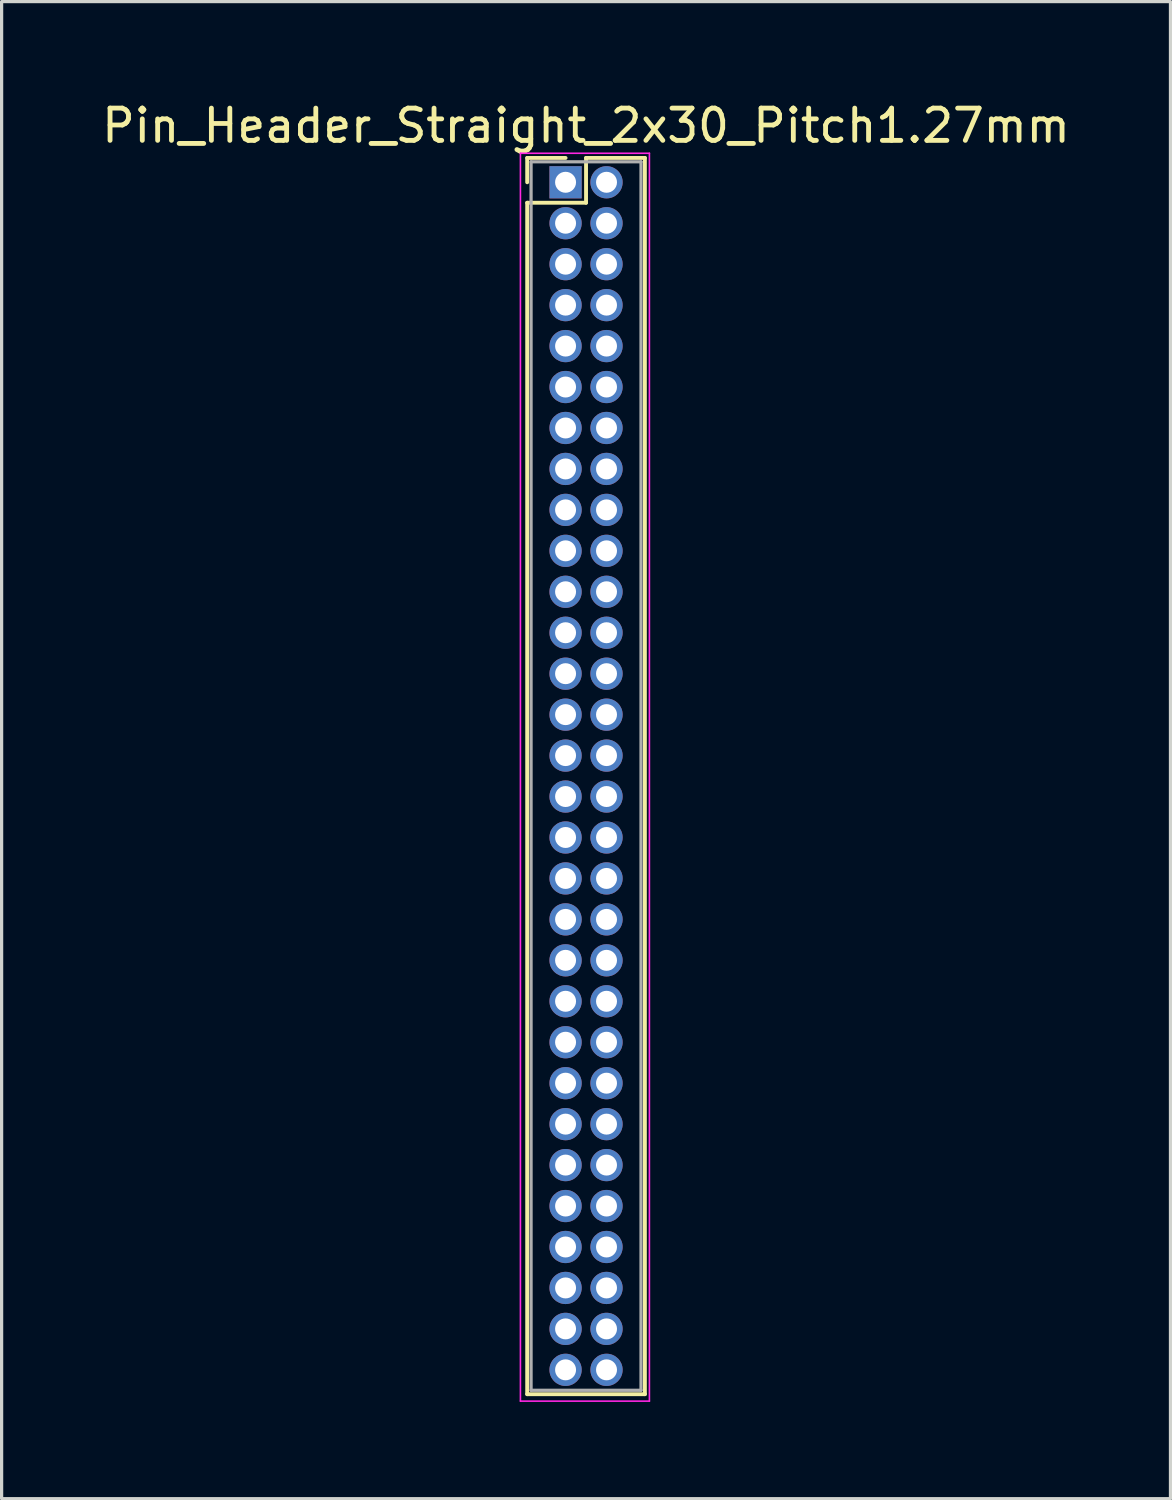
<source format=kicad_pcb>
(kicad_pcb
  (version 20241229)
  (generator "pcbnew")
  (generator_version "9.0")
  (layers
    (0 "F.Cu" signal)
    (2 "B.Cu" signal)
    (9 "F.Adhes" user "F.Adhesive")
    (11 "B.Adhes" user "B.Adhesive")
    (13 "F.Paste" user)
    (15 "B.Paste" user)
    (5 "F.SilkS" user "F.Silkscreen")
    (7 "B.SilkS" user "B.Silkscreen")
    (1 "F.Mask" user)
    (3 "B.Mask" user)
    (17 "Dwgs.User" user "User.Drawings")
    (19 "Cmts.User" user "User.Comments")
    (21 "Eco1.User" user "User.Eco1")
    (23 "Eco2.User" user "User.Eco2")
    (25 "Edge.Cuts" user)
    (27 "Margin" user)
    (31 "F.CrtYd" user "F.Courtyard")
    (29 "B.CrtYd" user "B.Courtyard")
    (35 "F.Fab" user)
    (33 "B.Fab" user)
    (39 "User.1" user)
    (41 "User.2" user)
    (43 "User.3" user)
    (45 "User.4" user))
  (footprint "Pin_Header_Straight_2x30_Pitch1.27mm"
    (layer "F.Cu")
    (at 14.49 2.603)
    (property "Reference" "Pin_Header_Straight_2x30_Pitch1.27mm" (at 0.635 -1.755 0) (layer "F.SilkS") (effects (font (size 1 1) (thickness 0.15))))
    (attr through_hole)
    (fp_line (start -1.19 -0.755) (end 0 -0.755) (stroke (width 0.12) (type solid)) (layer "F.SilkS"))
    (fp_line (start -1.19 0) (end -1.19 -0.755) (stroke (width 0.12) (type solid)) (layer "F.SilkS"))
    (fp_line (start -1.19 0.635) (end -1.19 37.585) (stroke (width 0.12) (type solid)) (layer "F.SilkS"))
    (fp_line (start -1.19 37.585) (end 2.46 37.585) (stroke (width 0.12) (type solid)) (layer "F.SilkS"))
    (fp_line (start 0.635 -0.755) (end 0.635 0.635) (stroke (width 0.12) (type solid)) (layer "F.SilkS"))
    (fp_line (start 0.635 0.635) (end -1.19 0.635) (stroke (width 0.12) (type solid)) (layer "F.SilkS"))
    (fp_line (start 2.46 -0.755) (end 0.635 -0.755) (stroke (width 0.12) (type solid)) (layer "F.SilkS"))
    (fp_line (start 2.46 37.585) (end 2.46 -0.755) (stroke (width 0.12) (type solid)) (layer "F.SilkS"))
    (fp_line (start -1.4 -0.9) (end -1.4 37.8) (stroke (width 0.05) (type solid)) (layer "F.CrtYd"))
    (fp_line (start -1.4 37.8) (end 2.6 37.8) (stroke (width 0.05) (type solid)) (layer "F.CrtYd"))
    (fp_line (start 2.6 -0.9) (end -1.4 -0.9) (stroke (width 0.05) (type solid)) (layer "F.CrtYd"))
    (fp_line (start 2.6 37.8) (end 2.6 -0.9) (stroke (width 0.05) (type solid)) (layer "F.CrtYd"))
    (fp_line (start -1.07 -0.635) (end -1.07 37.465) (stroke (width 0.1) (type solid)) (layer "F.Fab"))
    (fp_line (start -1.07 37.465) (end 2.34 37.465) (stroke (width 0.1) (type solid)) (layer "F.Fab"))
    (fp_line (start 2.34 -0.635) (end -1.07 -0.635) (stroke (width 0.1) (type solid)) (layer "F.Fab"))
    (fp_line (start 2.34 37.465) (end 2.34 -0.635) (stroke (width 0.1) (type solid)) (layer "F.Fab"))
    (pad "1" thru_hole rect (at 0 0) (size 1 1) (drill 0.65) (layers "*.Cu" "*.Mask"))
    (pad "2" thru_hole oval (at 1.27 0) (size 1 1) (drill 0.65) (layers "*.Cu" "*.Mask"))
    (pad "3" thru_hole oval (at 0 1.27) (size 1 1) (drill 0.65) (layers "*.Cu" "*.Mask"))
    (pad "4" thru_hole oval (at 1.27 1.27) (size 1 1) (drill 0.65) (layers "*.Cu" "*.Mask"))
    (pad "5" thru_hole oval (at 0 2.54) (size 1 1) (drill 0.65) (layers "*.Cu" "*.Mask"))
    (pad "6" thru_hole oval (at 1.27 2.54) (size 1 1) (drill 0.65) (layers "*.Cu" "*.Mask"))
    (pad "7" thru_hole oval (at 0 3.81) (size 1 1) (drill 0.65) (layers "*.Cu" "*.Mask"))
    (pad "8" thru_hole oval (at 1.27 3.81) (size 1 1) (drill 0.65) (layers "*.Cu" "*.Mask"))
    (pad "9" thru_hole oval (at 0 5.08) (size 1 1) (drill 0.65) (layers "*.Cu" "*.Mask"))
    (pad "10" thru_hole oval (at 1.27 5.08) (size 1 1) (drill 0.65) (layers "*.Cu" "*.Mask"))
    (pad "11" thru_hole oval (at 0 6.35) (size 1 1) (drill 0.65) (layers "*.Cu" "*.Mask"))
    (pad "12" thru_hole oval (at 1.27 6.35) (size 1 1) (drill 0.65) (layers "*.Cu" "*.Mask"))
    (pad "13" thru_hole oval (at 0 7.62) (size 1 1) (drill 0.65) (layers "*.Cu" "*.Mask"))
    (pad "14" thru_hole oval (at 1.27 7.62) (size 1 1) (drill 0.65) (layers "*.Cu" "*.Mask"))
    (pad "15" thru_hole oval (at 0 8.89) (size 1 1) (drill 0.65) (layers "*.Cu" "*.Mask"))
    (pad "16" thru_hole oval (at 1.27 8.89) (size 1 1) (drill 0.65) (layers "*.Cu" "*.Mask"))
    (pad "17" thru_hole oval (at 0 10.16) (size 1 1) (drill 0.65) (layers "*.Cu" "*.Mask"))
    (pad "18" thru_hole oval (at 1.27 10.16) (size 1 1) (drill 0.65) (layers "*.Cu" "*.Mask"))
    (pad "19" thru_hole oval (at 0 11.43) (size 1 1) (drill 0.65) (layers "*.Cu" "*.Mask"))
    (pad "20" thru_hole oval (at 1.27 11.43) (size 1 1) (drill 0.65) (layers "*.Cu" "*.Mask"))
    (pad "21" thru_hole oval (at 0 12.7) (size 1 1) (drill 0.65) (layers "*.Cu" "*.Mask"))
    (pad "22" thru_hole oval (at 1.27 12.7) (size 1 1) (drill 0.65) (layers "*.Cu" "*.Mask"))
    (pad "23" thru_hole oval (at 0 13.97) (size 1 1) (drill 0.65) (layers "*.Cu" "*.Mask"))
    (pad "24" thru_hole oval (at 1.27 13.97) (size 1 1) (drill 0.65) (layers "*.Cu" "*.Mask"))
    (pad "25" thru_hole oval (at 0 15.24) (size 1 1) (drill 0.65) (layers "*.Cu" "*.Mask"))
    (pad "26" thru_hole oval (at 1.27 15.24) (size 1 1) (drill 0.65) (layers "*.Cu" "*.Mask"))
    (pad "27" thru_hole oval (at 0 16.51) (size 1 1) (drill 0.65) (layers "*.Cu" "*.Mask"))
    (pad "28" thru_hole oval (at 1.27 16.51) (size 1 1) (drill 0.65) (layers "*.Cu" "*.Mask"))
    (pad "29" thru_hole oval (at 0 17.78) (size 1 1) (drill 0.65) (layers "*.Cu" "*.Mask"))
    (pad "30" thru_hole oval (at 1.27 17.78) (size 1 1) (drill 0.65) (layers "*.Cu" "*.Mask"))
    (pad "31" thru_hole oval (at 0 19.05) (size 1 1) (drill 0.65) (layers "*.Cu" "*.Mask"))
    (pad "32" thru_hole oval (at 1.27 19.05) (size 1 1) (drill 0.65) (layers "*.Cu" "*.Mask"))
    (pad "33" thru_hole oval (at 0 20.32) (size 1 1) (drill 0.65) (layers "*.Cu" "*.Mask"))
    (pad "34" thru_hole oval (at 1.27 20.32) (size 1 1) (drill 0.65) (layers "*.Cu" "*.Mask"))
    (pad "35" thru_hole oval (at 0 21.59) (size 1 1) (drill 0.65) (layers "*.Cu" "*.Mask"))
    (pad "36" thru_hole oval (at 1.27 21.59) (size 1 1) (drill 0.65) (layers "*.Cu" "*.Mask"))
    (pad "37" thru_hole oval (at 0 22.86) (size 1 1) (drill 0.65) (layers "*.Cu" "*.Mask"))
    (pad "38" thru_hole oval (at 1.27 22.86) (size 1 1) (drill 0.65) (layers "*.Cu" "*.Mask"))
    (pad "39" thru_hole oval (at 0 24.13) (size 1 1) (drill 0.65) (layers "*.Cu" "*.Mask"))
    (pad "40" thru_hole oval (at 1.27 24.13) (size 1 1) (drill 0.65) (layers "*.Cu" "*.Mask"))
    (pad "41" thru_hole oval (at 0 25.4) (size 1 1) (drill 0.65) (layers "*.Cu" "*.Mask"))
    (pad "42" thru_hole oval (at 1.27 25.4) (size 1 1) (drill 0.65) (layers "*.Cu" "*.Mask"))
    (pad "43" thru_hole oval (at 0 26.67) (size 1 1) (drill 0.65) (layers "*.Cu" "*.Mask"))
    (pad "44" thru_hole oval (at 1.27 26.67) (size 1 1) (drill 0.65) (layers "*.Cu" "*.Mask"))
    (pad "45" thru_hole oval (at 0 27.94) (size 1 1) (drill 0.65) (layers "*.Cu" "*.Mask"))
    (pad "46" thru_hole oval (at 1.27 27.94) (size 1 1) (drill 0.65) (layers "*.Cu" "*.Mask"))
    (pad "47" thru_hole oval (at 0 29.21) (size 1 1) (drill 0.65) (layers "*.Cu" "*.Mask"))
    (pad "48" thru_hole oval (at 1.27 29.21) (size 1 1) (drill 0.65) (layers "*.Cu" "*.Mask"))
    (pad "49" thru_hole oval (at 0 30.48) (size 1 1) (drill 0.65) (layers "*.Cu" "*.Mask"))
    (pad "50" thru_hole oval (at 1.27 30.48) (size 1 1) (drill 0.65) (layers "*.Cu" "*.Mask"))
    (pad "51" thru_hole oval (at 0 31.75) (size 1 1) (drill 0.65) (layers "*.Cu" "*.Mask"))
    (pad "52" thru_hole oval (at 1.27 31.75) (size 1 1) (drill 0.65) (layers "*.Cu" "*.Mask"))
    (pad "53" thru_hole oval (at 0 33.02) (size 1 1) (drill 0.65) (layers "*.Cu" "*.Mask"))
    (pad "54" thru_hole oval (at 1.27 33.02) (size 1 1) (drill 0.65) (layers "*.Cu" "*.Mask"))
    (pad "55" thru_hole oval (at 0 34.29) (size 1 1) (drill 0.65) (layers "*.Cu" "*.Mask"))
    (pad "56" thru_hole oval (at 1.27 34.29) (size 1 1) (drill 0.65) (layers "*.Cu" "*.Mask"))
    (pad "57" thru_hole oval (at 0 35.56) (size 1 1) (drill 0.65) (layers "*.Cu" "*.Mask"))
    (pad "58" thru_hole oval (at 1.27 35.56) (size 1 1) (drill 0.65) (layers "*.Cu" "*.Mask"))
    (pad "59" thru_hole oval (at 0 36.83) (size 1 1) (drill 0.65) (layers "*.Cu" "*.Mask"))
    (pad "60" thru_hole oval (at 1.27 36.83) (size 1 1) (drill 0.65) (layers "*.Cu" "*.Mask")))
  (gr_rect
    (start -3 -3)
    (end 33.25 43.428)
    (stroke (width 0.1) (type default))
    (fill no)
    (layer "Edge.Cuts")))
</source>
